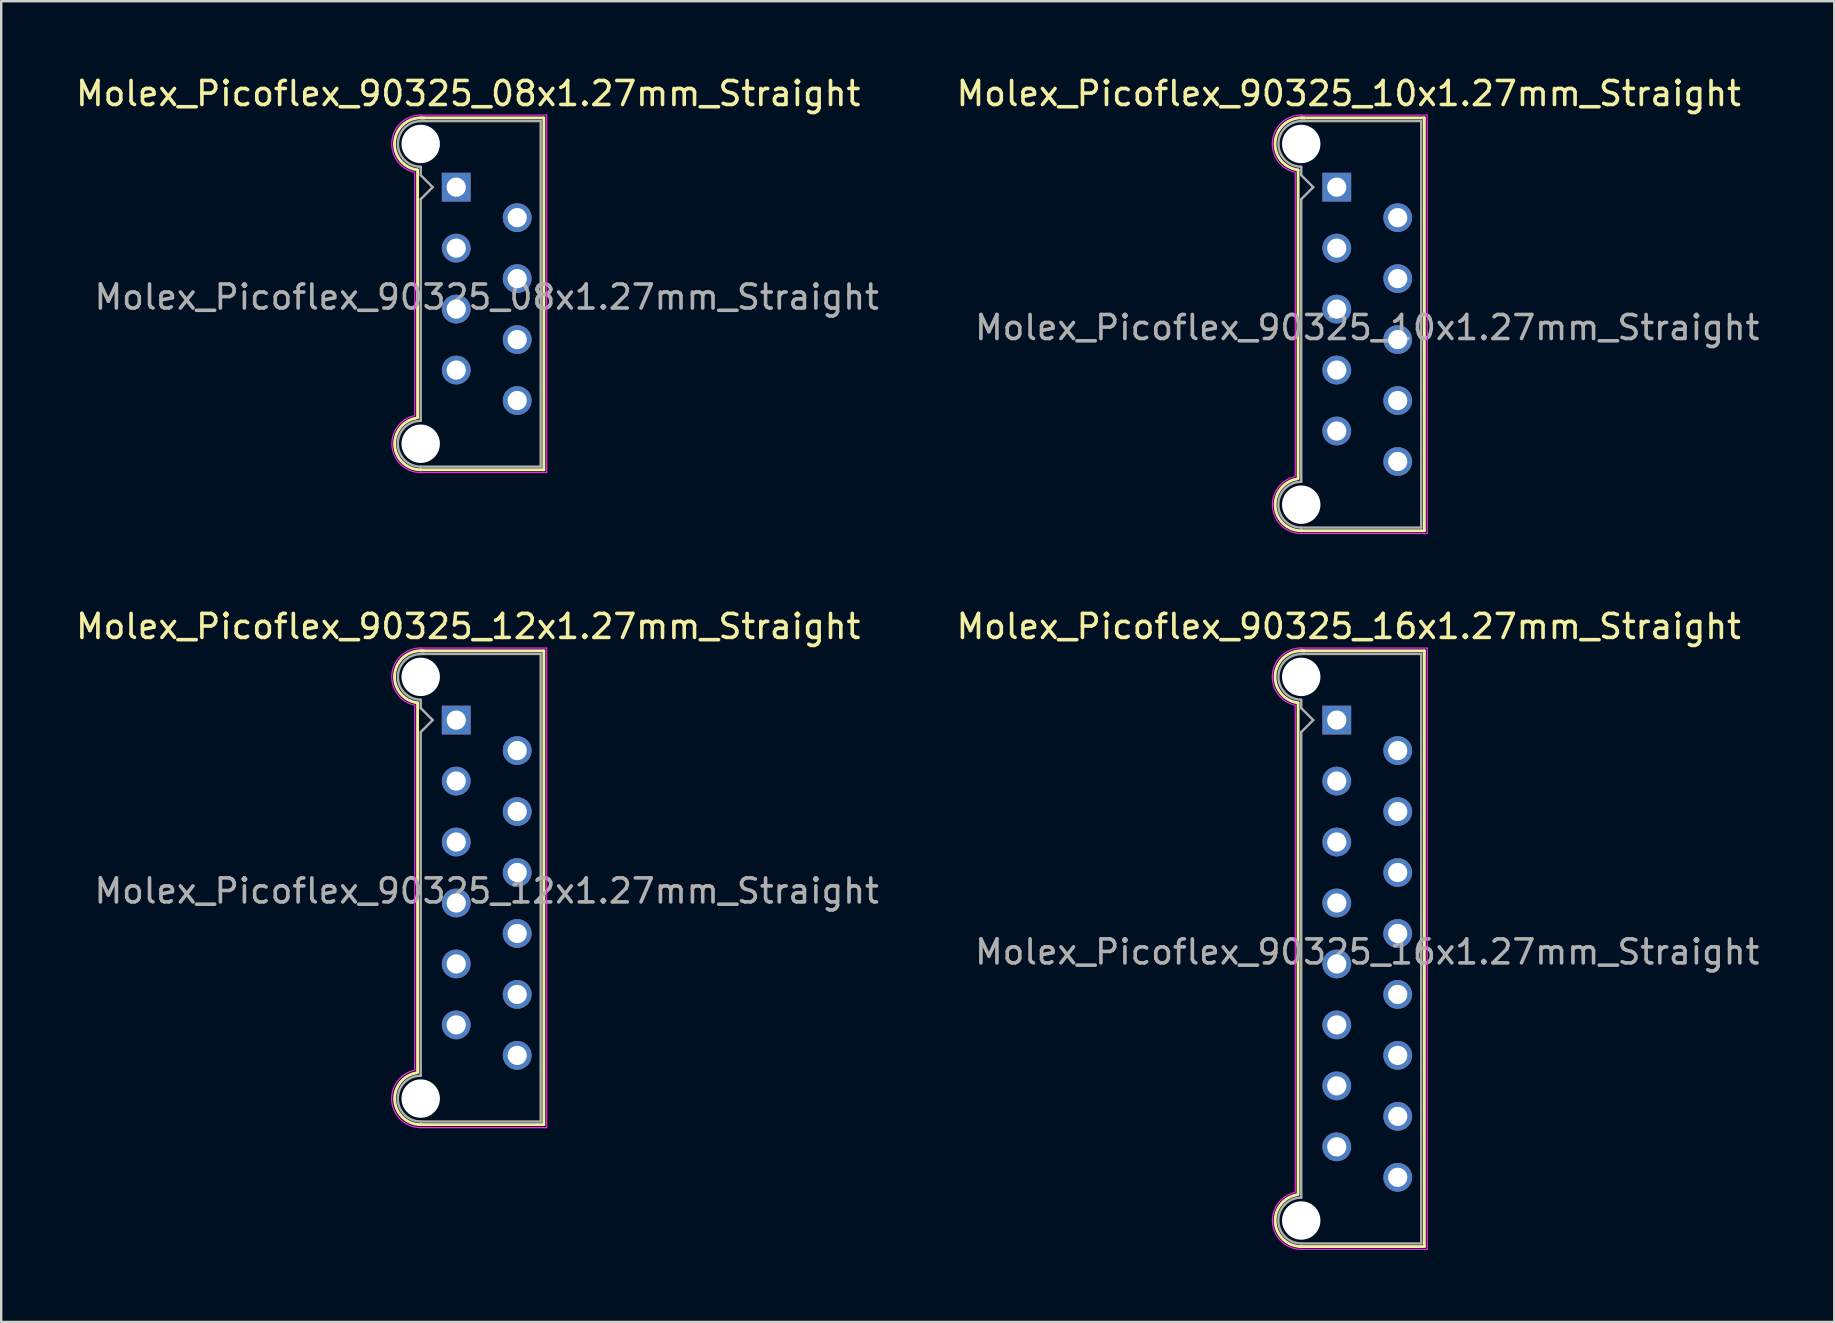
<source format=kicad_pcb>
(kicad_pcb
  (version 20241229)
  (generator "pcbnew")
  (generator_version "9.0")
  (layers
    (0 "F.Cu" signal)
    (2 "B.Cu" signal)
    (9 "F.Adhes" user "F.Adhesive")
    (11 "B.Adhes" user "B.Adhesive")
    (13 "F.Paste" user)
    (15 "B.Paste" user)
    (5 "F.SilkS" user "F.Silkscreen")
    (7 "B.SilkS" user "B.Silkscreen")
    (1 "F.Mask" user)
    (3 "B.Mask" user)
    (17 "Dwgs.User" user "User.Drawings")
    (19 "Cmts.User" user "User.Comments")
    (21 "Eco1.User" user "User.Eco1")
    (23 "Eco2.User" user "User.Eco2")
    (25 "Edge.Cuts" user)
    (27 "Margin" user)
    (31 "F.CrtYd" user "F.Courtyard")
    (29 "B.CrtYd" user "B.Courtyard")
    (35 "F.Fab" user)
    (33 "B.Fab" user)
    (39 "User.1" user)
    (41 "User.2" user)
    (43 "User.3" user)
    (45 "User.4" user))
  (footprint "Molex_Picoflex_90325_10x1.27mm_Straight"
    (layer "F.Cu")
    (at 52.645 4.748)
    (property "Reference" "Molex_Picoflex_90325_10x1.27mm_Straight" (at 0.5 -3.9 0) (layer "F.SilkS") (effects (font (size 1 1) (thickness 0.15))))
    (attr through_hole)
    (fp_line (start -1.61 -0.715) (end -1.61 12.145) (stroke (width 0.12) (type solid)) (layer "F.SilkS"))
    (fp_line (start -1.48 -2.885) (end 3.65 -2.885) (stroke (width 0.12) (type solid)) (layer "F.SilkS"))
    (fp_line (start 3.65 -2.885) (end 3.65 14.315) (stroke (width 0.12) (type solid)) (layer "F.SilkS"))
    (fp_line (start 3.65 14.315) (end -1.48 14.315) (stroke (width 0.12) (type solid)) (layer "F.SilkS"))
    (fp_arc (start -1.61 -0.72) (mid -2.56 -1.93) (end -1.35 -2.88) (stroke (width 0.12) (type solid)) (layer "F.SilkS"))
    (fp_arc (start -1.47 14.315) (mid -2.56 13.334526) (end -1.678256 12.16322) (stroke (width 0.12) (type solid)) (layer "F.SilkS"))
    (fp_line (start -1.73 -0.6) (end -1.73 12.03) (stroke (width 0.05) (type solid)) (layer "F.CrtYd"))
    (fp_line (start -1.48 -3) (end 3.77 -3) (stroke (width 0.05) (type solid)) (layer "F.CrtYd"))
    (fp_line (start 3.77 -3) (end 3.77 14.43) (stroke (width 0.05) (type solid)) (layer "F.CrtYd"))
    (fp_line (start 3.77 14.43) (end -1.48 14.43) (stroke (width 0.05) (type solid)) (layer "F.CrtYd"))
    (fp_arc (start -1.73 -0.62) (mid -2.679668 -1.925287) (end -1.480799 -3.006192) (stroke (width 0.05) (type solid)) (layer "F.CrtYd"))
    (fp_arc (start -1.47 14.43) (mid -2.672381 13.36538) (end -1.739276 12.058302) (stroke (width 0.05) (type solid)) (layer "F.CrtYd"))
    (fp_line (start -1.48 -2.755) (end 3.52 -2.755) (stroke (width 0.1) (type solid)) (layer "F.Fab"))
    (fp_line (start -1.48 -0.845) (end -1.48 -0.5) (stroke (width 0.1) (type solid)) (layer "F.Fab"))
    (fp_line (start -1.48 -0.5) (end -0.98 0) (stroke (width 0.1) (type solid)) (layer "F.Fab"))
    (fp_line (start -1.48 0.5) (end -1.48 12.275) (stroke (width 0.1) (type solid)) (layer "F.Fab"))
    (fp_line (start -0.98 0) (end -1.48 0.5) (stroke (width 0.1) (type solid)) (layer "F.Fab"))
    (fp_line (start 3.52 -2.755) (end 3.52 14.185) (stroke (width 0.1) (type solid)) (layer "F.Fab"))
    (fp_line (start 3.52 14.185) (end -1.48 14.185) (stroke (width 0.1) (type solid)) (layer "F.Fab"))
    (fp_arc (start -1.48 -0.85) (mid -2.43 -1.8) (end -1.48 -2.75) (stroke (width 0.1) (type solid)) (layer "F.Fab"))
    (fp_arc (start -1.48 14.185) (mid -2.435 13.23) (end -1.48 12.275) (stroke (width 0.1) (type solid)) (layer "F.Fab"))
    (fp_text user "${REFERENCE}" (at 1.27 5.85 0) (layer "F.Fab") (effects (font (size 1 1) (thickness 0.15))))
    (pad "" np_thru_hole circle (at -1.48 -1.8) (size 1.6 1.6) (drill 1.6) (layers "*.Cu"))
    (pad "" np_thru_hole circle (at -1.48 13.23) (size 1.6 1.6) (drill 1.6) (layers "*.Cu"))
    (pad "1" thru_hole rect (at 0 0) (size 1.2 1.2) (drill 0.8) (layers "*.Cu" "*.Mask"))
    (pad "2" thru_hole circle (at 2.54 1.27) (size 1.2 1.2) (drill 0.8) (layers "*.Cu" "*.Mask"))
    (pad "3" thru_hole circle (at 0 2.54) (size 1.2 1.2) (drill 0.8) (layers "*.Cu" "*.Mask"))
    (pad "4" thru_hole circle (at 2.54 3.81) (size 1.2 1.2) (drill 0.8) (layers "*.Cu" "*.Mask"))
    (pad "5" thru_hole circle (at 0 5.08) (size 1.2 1.2) (drill 0.8) (layers "*.Cu" "*.Mask"))
    (pad "6" thru_hole circle (at 2.54 6.35) (size 1.2 1.2) (drill 0.8) (layers "*.Cu" "*.Mask"))
    (pad "7" thru_hole circle (at 0 7.62) (size 1.2 1.2) (drill 0.8) (layers "*.Cu" "*.Mask"))
    (pad "8" thru_hole circle (at 2.54 8.89) (size 1.2 1.2) (drill 0.8) (layers "*.Cu" "*.Mask"))
    (pad "9" thru_hole circle (at 0 10.16) (size 1.2 1.2) (drill 0.8) (layers "*.Cu" "*.Mask"))
    (pad "10" thru_hole circle (at 2.54 11.43) (size 1.2 1.2) (drill 0.8) (layers "*.Cu" "*.Mask")))
  (footprint "Molex_Picoflex_90325_16x1.27mm_Straight"
    (layer "F.Cu")
    (at 52.645 26.952)
    (property "Reference" "Molex_Picoflex_90325_16x1.27mm_Straight" (at 0.5 -3.9 0) (layer "F.SilkS") (effects (font (size 1 1) (thickness 0.15))))
    (attr through_hole)
    (fp_line (start -1.61 -0.715) (end -1.61 19.765) (stroke (width 0.12) (type solid)) (layer "F.SilkS"))
    (fp_line (start -1.48 -2.885) (end 3.65 -2.885) (stroke (width 0.12) (type solid)) (layer "F.SilkS"))
    (fp_line (start 3.65 -2.885) (end 3.65 21.935) (stroke (width 0.12) (type solid)) (layer "F.SilkS"))
    (fp_line (start 3.65 21.935) (end -1.48 21.935) (stroke (width 0.12) (type solid)) (layer "F.SilkS"))
    (fp_arc (start -1.61 -0.72) (mid -2.56 -1.93) (end -1.35 -2.88) (stroke (width 0.12) (type solid)) (layer "F.SilkS"))
    (fp_arc (start -1.47 21.935) (mid -2.56 20.954526) (end -1.678256 19.78322) (stroke (width 0.12) (type solid)) (layer "F.SilkS"))
    (fp_line (start -1.73 -0.6) (end -1.73 19.65) (stroke (width 0.05) (type solid)) (layer "F.CrtYd"))
    (fp_line (start -1.48 -3) (end 3.77 -3) (stroke (width 0.05) (type solid)) (layer "F.CrtYd"))
    (fp_line (start 3.77 -3) (end 3.77 22.05) (stroke (width 0.05) (type solid)) (layer "F.CrtYd"))
    (fp_line (start 3.77 22.05) (end -1.48 22.05) (stroke (width 0.05) (type solid)) (layer "F.CrtYd"))
    (fp_arc (start -1.73 -0.62) (mid -2.679668 -1.925287) (end -1.480799 -3.006192) (stroke (width 0.05) (type solid)) (layer "F.CrtYd"))
    (fp_arc (start -1.47 22.05) (mid -2.672381 20.98538) (end -1.739276 19.678302) (stroke (width 0.05) (type solid)) (layer "F.CrtYd"))
    (fp_line (start -1.48 -2.755) (end 3.52 -2.755) (stroke (width 0.1) (type solid)) (layer "F.Fab"))
    (fp_line (start -1.48 -0.845) (end -1.48 -0.5) (stroke (width 0.1) (type solid)) (layer "F.Fab"))
    (fp_line (start -1.48 -0.5) (end -0.98 0) (stroke (width 0.1) (type solid)) (layer "F.Fab"))
    (fp_line (start -1.48 0.5) (end -1.48 19.895) (stroke (width 0.1) (type solid)) (layer "F.Fab"))
    (fp_line (start -0.98 0) (end -1.48 0.5) (stroke (width 0.1) (type solid)) (layer "F.Fab"))
    (fp_line (start 3.52 -2.755) (end 3.52 21.805) (stroke (width 0.1) (type solid)) (layer "F.Fab"))
    (fp_line (start 3.52 21.805) (end -1.48 21.805) (stroke (width 0.1) (type solid)) (layer "F.Fab"))
    (fp_arc (start -1.48 -0.85) (mid -2.43 -1.8) (end -1.48 -2.75) (stroke (width 0.1) (type solid)) (layer "F.Fab"))
    (fp_arc (start -1.48 21.805) (mid -2.435 20.85) (end -1.48 19.895) (stroke (width 0.1) (type solid)) (layer "F.Fab"))
    (fp_text user "${REFERENCE}" (at 1.27 9.66 0) (layer "F.Fab") (effects (font (size 1 1) (thickness 0.15))))
    (pad "" np_thru_hole circle (at -1.48 -1.8) (size 1.6 1.6) (drill 1.6) (layers "*.Cu"))
    (pad "" np_thru_hole circle (at -1.48 20.85) (size 1.6 1.6) (drill 1.6) (layers "*.Cu"))
    (pad "1" thru_hole rect (at 0 0) (size 1.2 1.2) (drill 0.8) (layers "*.Cu" "*.Mask"))
    (pad "2" thru_hole circle (at 2.54 1.27) (size 1.2 1.2) (drill 0.8) (layers "*.Cu" "*.Mask"))
    (pad "3" thru_hole circle (at 0 2.54) (size 1.2 1.2) (drill 0.8) (layers "*.Cu" "*.Mask"))
    (pad "4" thru_hole circle (at 2.54 3.81) (size 1.2 1.2) (drill 0.8) (layers "*.Cu" "*.Mask"))
    (pad "5" thru_hole circle (at 0 5.08) (size 1.2 1.2) (drill 0.8) (layers "*.Cu" "*.Mask"))
    (pad "6" thru_hole circle (at 2.54 6.35) (size 1.2 1.2) (drill 0.8) (layers "*.Cu" "*.Mask"))
    (pad "7" thru_hole circle (at 0 7.62) (size 1.2 1.2) (drill 0.8) (layers "*.Cu" "*.Mask"))
    (pad "8" thru_hole circle (at 2.54 8.89) (size 1.2 1.2) (drill 0.8) (layers "*.Cu" "*.Mask"))
    (pad "9" thru_hole circle (at 0 10.16) (size 1.2 1.2) (drill 0.8) (layers "*.Cu" "*.Mask"))
    (pad "10" thru_hole circle (at 2.54 11.43) (size 1.2 1.2) (drill 0.8) (layers "*.Cu" "*.Mask"))
    (pad "11" thru_hole circle (at 0 12.7) (size 1.2 1.2) (drill 0.8) (layers "*.Cu" "*.Mask"))
    (pad "12" thru_hole circle (at 2.54 13.97) (size 1.2 1.2) (drill 0.8) (layers "*.Cu" "*.Mask"))
    (pad "13" thru_hole circle (at 0 15.24) (size 1.2 1.2) (drill 0.8) (layers "*.Cu" "*.Mask"))
    (pad "14" thru_hole circle (at 2.54 16.51) (size 1.2 1.2) (drill 0.8) (layers "*.Cu" "*.Mask"))
    (pad "15" thru_hole circle (at 0 17.78) (size 1.2 1.2) (drill 0.8) (layers "*.Cu" "*.Mask"))
    (pad "16" thru_hole circle (at 2.54 19.05) (size 1.2 1.2) (drill 0.8) (layers "*.Cu" "*.Mask")))
  (footprint "Molex_Picoflex_90325_08x1.27mm_Straight"
    (layer "F.Cu")
    (at 15.958 4.748)
    (property "Reference" "Molex_Picoflex_90325_08x1.27mm_Straight" (at 0.5 -3.9 0) (layer "F.SilkS") (effects (font (size 1 1) (thickness 0.15))))
    (attr through_hole)
    (fp_line (start -1.61 -0.715) (end -1.61 9.605) (stroke (width 0.12) (type solid)) (layer "F.SilkS"))
    (fp_line (start -1.48 -2.885) (end 3.65 -2.885) (stroke (width 0.12) (type solid)) (layer "F.SilkS"))
    (fp_line (start 3.65 -2.885) (end 3.65 11.775) (stroke (width 0.12) (type solid)) (layer "F.SilkS"))
    (fp_line (start 3.65 11.775) (end -1.48 11.775) (stroke (width 0.12) (type solid)) (layer "F.SilkS"))
    (fp_arc (start -1.61 -0.72) (mid -2.56 -1.93) (end -1.35 -2.88) (stroke (width 0.12) (type solid)) (layer "F.SilkS"))
    (fp_arc (start -1.47 11.775) (mid -2.56 10.794526) (end -1.678256 9.62322) (stroke (width 0.12) (type solid)) (layer "F.SilkS"))
    (fp_line (start -1.73 -0.6) (end -1.73 9.49) (stroke (width 0.05) (type solid)) (layer "F.CrtYd"))
    (fp_line (start -1.48 -3) (end 3.77 -3) (stroke (width 0.05) (type solid)) (layer "F.CrtYd"))
    (fp_line (start 3.77 -3) (end 3.77 11.89) (stroke (width 0.05) (type solid)) (layer "F.CrtYd"))
    (fp_line (start 3.77 11.89) (end -1.48 11.89) (stroke (width 0.05) (type solid)) (layer "F.CrtYd"))
    (fp_arc (start -1.73 -0.62) (mid -2.679668 -1.925287) (end -1.480799 -3.006192) (stroke (width 0.05) (type solid)) (layer "F.CrtYd"))
    (fp_arc (start -1.47 11.89) (mid -2.672381 10.82538) (end -1.739276 9.518302) (stroke (width 0.05) (type solid)) (layer "F.CrtYd"))
    (fp_line (start -1.48 -2.755) (end 3.52 -2.755) (stroke (width 0.1) (type solid)) (layer "F.Fab"))
    (fp_line (start -1.48 -0.845) (end -1.48 -0.5) (stroke (width 0.1) (type solid)) (layer "F.Fab"))
    (fp_line (start -1.48 -0.5) (end -0.98 0) (stroke (width 0.1) (type solid)) (layer "F.Fab"))
    (fp_line (start -1.48 0.5) (end -1.48 9.735) (stroke (width 0.1) (type solid)) (layer "F.Fab"))
    (fp_line (start -0.98 0) (end -1.48 0.5) (stroke (width 0.1) (type solid)) (layer "F.Fab"))
    (fp_line (start 3.52 -2.755) (end 3.52 11.645) (stroke (width 0.1) (type solid)) (layer "F.Fab"))
    (fp_line (start 3.52 11.645) (end -1.48 11.645) (stroke (width 0.1) (type solid)) (layer "F.Fab"))
    (fp_arc (start -1.48 -0.85) (mid -2.43 -1.8) (end -1.48 -2.75) (stroke (width 0.1) (type solid)) (layer "F.Fab"))
    (fp_arc (start -1.48 11.645) (mid -2.435 10.69) (end -1.48 9.735) (stroke (width 0.1) (type solid)) (layer "F.Fab"))
    (fp_text user "${REFERENCE}" (at 1.27 4.58 0) (layer "F.Fab") (effects (font (size 1 1) (thickness 0.15))))
    (pad "" np_thru_hole circle (at -1.48 -1.8) (size 1.6 1.6) (drill 1.6) (layers "*.Cu"))
    (pad "" np_thru_hole circle (at -1.48 10.69) (size 1.6 1.6) (drill 1.6) (layers "*.Cu"))
    (pad "1" thru_hole rect (at 0 0) (size 1.2 1.2) (drill 0.8) (layers "*.Cu" "*.Mask"))
    (pad "2" thru_hole circle (at 2.54 1.27) (size 1.2 1.2) (drill 0.8) (layers "*.Cu" "*.Mask"))
    (pad "3" thru_hole circle (at 0 2.54) (size 1.2 1.2) (drill 0.8) (layers "*.Cu" "*.Mask"))
    (pad "4" thru_hole circle (at 2.54 3.81) (size 1.2 1.2) (drill 0.8) (layers "*.Cu" "*.Mask"))
    (pad "5" thru_hole circle (at 0 5.08) (size 1.2 1.2) (drill 0.8) (layers "*.Cu" "*.Mask"))
    (pad "6" thru_hole circle (at 2.54 6.35) (size 1.2 1.2) (drill 0.8) (layers "*.Cu" "*.Mask"))
    (pad "7" thru_hole circle (at 0 7.62) (size 1.2 1.2) (drill 0.8) (layers "*.Cu" "*.Mask"))
    (pad "8" thru_hole circle (at 2.54 8.89) (size 1.2 1.2) (drill 0.8) (layers "*.Cu" "*.Mask")))
  (footprint "Molex_Picoflex_90325_12x1.27mm_Straight"
    (layer "F.Cu")
    (at 15.958 26.952)
    (property "Reference" "Molex_Picoflex_90325_12x1.27mm_Straight" (at 0.5 -3.9 0) (layer "F.SilkS") (effects (font (size 1 1) (thickness 0.15))))
    (attr through_hole)
    (fp_line (start -1.61 -0.715) (end -1.61 14.685) (stroke (width 0.12) (type solid)) (layer "F.SilkS"))
    (fp_line (start -1.48 -2.885) (end 3.65 -2.885) (stroke (width 0.12) (type solid)) (layer "F.SilkS"))
    (fp_line (start 3.65 -2.885) (end 3.65 16.855) (stroke (width 0.12) (type solid)) (layer "F.SilkS"))
    (fp_line (start 3.65 16.855) (end -1.48 16.855) (stroke (width 0.12) (type solid)) (layer "F.SilkS"))
    (fp_arc (start -1.61 -0.72) (mid -2.56 -1.93) (end -1.35 -2.88) (stroke (width 0.12) (type solid)) (layer "F.SilkS"))
    (fp_arc (start -1.47 16.855) (mid -2.56 15.874526) (end -1.678256 14.70322) (stroke (width 0.12) (type solid)) (layer "F.SilkS"))
    (fp_line (start -1.73 -0.6) (end -1.73 14.57) (stroke (width 0.05) (type solid)) (layer "F.CrtYd"))
    (fp_line (start -1.48 -3) (end 3.77 -3) (stroke (width 0.05) (type solid)) (layer "F.CrtYd"))
    (fp_line (start 3.77 -3) (end 3.77 16.98) (stroke (width 0.05) (type solid)) (layer "F.CrtYd"))
    (fp_line (start 3.77 16.98) (end -1.48 16.98) (stroke (width 0.05) (type solid)) (layer "F.CrtYd"))
    (fp_arc (start -1.73 -0.62) (mid -2.679668 -1.925287) (end -1.480799 -3.006192) (stroke (width 0.05) (type solid)) (layer "F.CrtYd"))
    (fp_arc (start -1.47 16.98) (mid -2.682326 15.906425) (end -1.741355 14.588521) (stroke (width 0.05) (type solid)) (layer "F.CrtYd"))
    (fp_line (start -1.48 -2.755) (end 3.52 -2.755) (stroke (width 0.1) (type solid)) (layer "F.Fab"))
    (fp_line (start -1.48 -0.845) (end -1.48 -0.5) (stroke (width 0.1) (type solid)) (layer "F.Fab"))
    (fp_line (start -1.48 -0.5) (end -0.98 0) (stroke (width 0.1) (type solid)) (layer "F.Fab"))
    (fp_line (start -1.48 0.5) (end -1.48 14.815) (stroke (width 0.1) (type solid)) (layer "F.Fab"))
    (fp_line (start -0.98 0) (end -1.48 0.5) (stroke (width 0.1) (type solid)) (layer "F.Fab"))
    (fp_line (start 3.52 -2.755) (end 3.52 16.725) (stroke (width 0.1) (type solid)) (layer "F.Fab"))
    (fp_line (start 3.52 16.725) (end -1.48 16.725) (stroke (width 0.1) (type solid)) (layer "F.Fab"))
    (fp_arc (start -1.48 -0.85) (mid -2.43 -1.8) (end -1.48 -2.75) (stroke (width 0.1) (type solid)) (layer "F.Fab"))
    (fp_arc (start -1.48 16.725) (mid -2.435 15.77) (end -1.48 14.815) (stroke (width 0.1) (type solid)) (layer "F.Fab"))
    (fp_text user "${REFERENCE}" (at 1.27 7.12 0) (layer "F.Fab") (effects (font (size 1 1) (thickness 0.15))))
    (pad "" np_thru_hole circle (at -1.48 -1.8) (size 1.6 1.6) (drill 1.6) (layers "*.Cu"))
    (pad "" np_thru_hole circle (at -1.48 15.77) (size 1.6 1.6) (drill 1.6) (layers "*.Cu"))
    (pad "1" thru_hole rect (at 0 0) (size 1.2 1.2) (drill 0.8) (layers "*.Cu" "*.Mask"))
    (pad "2" thru_hole circle (at 2.54 1.27) (size 1.2 1.2) (drill 0.8) (layers "*.Cu" "*.Mask"))
    (pad "3" thru_hole circle (at 0 2.54) (size 1.2 1.2) (drill 0.8) (layers "*.Cu" "*.Mask"))
    (pad "4" thru_hole circle (at 2.54 3.81) (size 1.2 1.2) (drill 0.8) (layers "*.Cu" "*.Mask"))
    (pad "5" thru_hole circle (at 0 5.08) (size 1.2 1.2) (drill 0.8) (layers "*.Cu" "*.Mask"))
    (pad "6" thru_hole circle (at 2.54 6.35) (size 1.2 1.2) (drill 0.8) (layers "*.Cu" "*.Mask"))
    (pad "7" thru_hole circle (at 0 7.62) (size 1.2 1.2) (drill 0.8) (layers "*.Cu" "*.Mask"))
    (pad "8" thru_hole circle (at 2.54 8.89) (size 1.2 1.2) (drill 0.8) (layers "*.Cu" "*.Mask"))
    (pad "9" thru_hole circle (at 0 10.16) (size 1.2 1.2) (drill 0.8) (layers "*.Cu" "*.Mask"))
    (pad "10" thru_hole circle (at 2.54 11.43) (size 1.2 1.2) (drill 0.8) (layers "*.Cu" "*.Mask"))
    (pad "11" thru_hole circle (at 0 12.7) (size 1.2 1.2) (drill 0.8) (layers "*.Cu" "*.Mask"))
    (pad "12" thru_hole circle (at 2.54 13.97) (size 1.2 1.2) (drill 0.8) (layers "*.Cu" "*.Mask")))
  (gr_rect
    (start -3 -3)
    (end 73.373 52.027)
    (stroke (width 0.1) (type default))
    (fill no)
    (layer "Edge.Cuts")))
</source>
